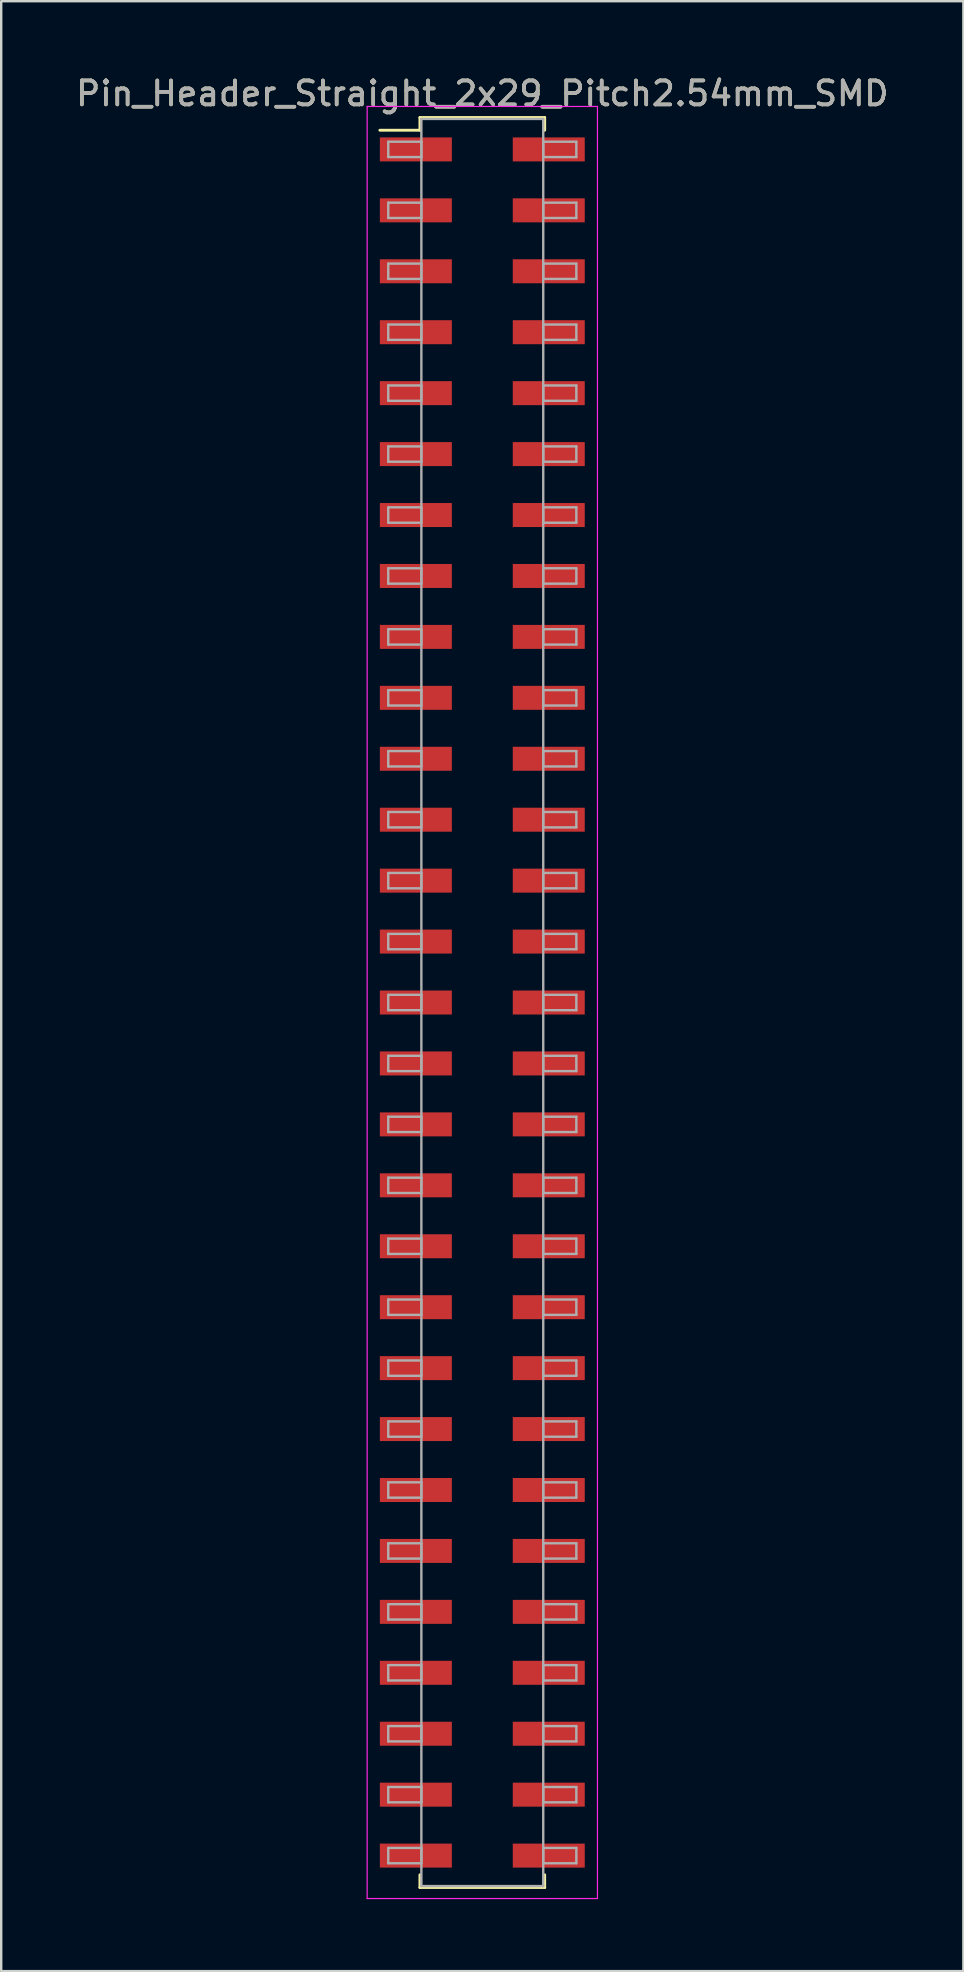
<source format=kicad_pcb>
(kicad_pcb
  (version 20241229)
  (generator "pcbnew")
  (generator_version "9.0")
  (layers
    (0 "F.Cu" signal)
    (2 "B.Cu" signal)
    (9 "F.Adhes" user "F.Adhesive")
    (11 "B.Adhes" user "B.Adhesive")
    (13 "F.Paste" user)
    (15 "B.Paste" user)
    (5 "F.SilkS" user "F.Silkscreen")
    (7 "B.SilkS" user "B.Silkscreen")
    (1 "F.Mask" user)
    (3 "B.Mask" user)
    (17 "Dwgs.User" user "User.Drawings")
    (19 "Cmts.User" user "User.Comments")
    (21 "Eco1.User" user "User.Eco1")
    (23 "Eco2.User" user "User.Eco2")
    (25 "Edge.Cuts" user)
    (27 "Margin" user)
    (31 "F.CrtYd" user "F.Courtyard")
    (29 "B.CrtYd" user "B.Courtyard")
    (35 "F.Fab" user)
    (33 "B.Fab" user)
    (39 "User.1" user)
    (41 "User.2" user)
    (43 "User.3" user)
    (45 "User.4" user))
  (footprint "Pin_Header_Straight_2x29_Pitch2.54mm_SMD"
    (layer "F.Cu")
    (at 17.054 38.738)
    (property "Reference" "Pin_Header_Straight_2x29_Pitch2.54mm_SMD" (at 0 -37.89 0) (layer "F.SilkS") (effects (font (size 1 1) (thickness 0.15))))
    (attr smd)
    (fp_line (start -4.27 -36.36) (end -2.6 -36.36) (stroke (width 0.12) (type solid)) (layer "F.SilkS"))
    (fp_line (start -2.6 -36.89) (end 2.6 -36.89) (stroke (width 0.12) (type solid)) (layer "F.SilkS"))
    (fp_line (start -2.6 -36.36) (end -2.6 -36.89) (stroke (width 0.12) (type solid)) (layer "F.SilkS"))
    (fp_line (start -2.6 36.36) (end -2.6 36.89) (stroke (width 0.12) (type solid)) (layer "F.SilkS"))
    (fp_line (start -2.6 36.89) (end 2.6 36.89) (stroke (width 0.12) (type solid)) (layer "F.SilkS"))
    (fp_line (start 2.6 -36.89) (end 2.6 -36.36) (stroke (width 0.12) (type solid)) (layer "F.SilkS"))
    (fp_line (start 2.6 36.89) (end 2.6 36.36) (stroke (width 0.12) (type solid)) (layer "F.SilkS"))
    (fp_line (start -4.8 -37.35) (end -4.8 37.35) (stroke (width 0.05) (type solid)) (layer "F.CrtYd"))
    (fp_line (start -4.8 37.35) (end 4.8 37.35) (stroke (width 0.05) (type solid)) (layer "F.CrtYd"))
    (fp_line (start 4.8 -37.35) (end -4.8 -37.35) (stroke (width 0.05) (type solid)) (layer "F.CrtYd"))
    (fp_line (start 4.8 37.35) (end 4.8 -37.35) (stroke (width 0.05) (type solid)) (layer "F.CrtYd"))
    (fp_line (start -3.92 -35.88) (end -2.54 -35.88) (stroke (width 0.1) (type solid)) (layer "F.Fab"))
    (fp_line (start -3.92 -35.24) (end -3.92 -35.88) (stroke (width 0.1) (type solid)) (layer "F.Fab"))
    (fp_line (start -3.92 -33.34) (end -2.54 -33.34) (stroke (width 0.1) (type solid)) (layer "F.Fab"))
    (fp_line (start -3.92 -32.7) (end -3.92 -33.34) (stroke (width 0.1) (type solid)) (layer "F.Fab"))
    (fp_line (start -3.92 -30.8) (end -2.54 -30.8) (stroke (width 0.1) (type solid)) (layer "F.Fab"))
    (fp_line (start -3.92 -30.16) (end -3.92 -30.8) (stroke (width 0.1) (type solid)) (layer "F.Fab"))
    (fp_line (start -3.92 -28.26) (end -2.54 -28.26) (stroke (width 0.1) (type solid)) (layer "F.Fab"))
    (fp_line (start -3.92 -27.62) (end -3.92 -28.26) (stroke (width 0.1) (type solid)) (layer "F.Fab"))
    (fp_line (start -3.92 -25.72) (end -2.54 -25.72) (stroke (width 0.1) (type solid)) (layer "F.Fab"))
    (fp_line (start -3.92 -25.08) (end -3.92 -25.72) (stroke (width 0.1) (type solid)) (layer "F.Fab"))
    (fp_line (start -3.92 -23.18) (end -2.54 -23.18) (stroke (width 0.1) (type solid)) (layer "F.Fab"))
    (fp_line (start -3.92 -22.54) (end -3.92 -23.18) (stroke (width 0.1) (type solid)) (layer "F.Fab"))
    (fp_line (start -3.92 -20.64) (end -2.54 -20.64) (stroke (width 0.1) (type solid)) (layer "F.Fab"))
    (fp_line (start -3.92 -20) (end -3.92 -20.64) (stroke (width 0.1) (type solid)) (layer "F.Fab"))
    (fp_line (start -3.92 -18.1) (end -2.54 -18.1) (stroke (width 0.1) (type solid)) (layer "F.Fab"))
    (fp_line (start -3.92 -17.46) (end -3.92 -18.1) (stroke (width 0.1) (type solid)) (layer "F.Fab"))
    (fp_line (start -3.92 -15.56) (end -2.54 -15.56) (stroke (width 0.1) (type solid)) (layer "F.Fab"))
    (fp_line (start -3.92 -14.92) (end -3.92 -15.56) (stroke (width 0.1) (type solid)) (layer "F.Fab"))
    (fp_line (start -3.92 -13.02) (end -2.54 -13.02) (stroke (width 0.1) (type solid)) (layer "F.Fab"))
    (fp_line (start -3.92 -12.38) (end -3.92 -13.02) (stroke (width 0.1) (type solid)) (layer "F.Fab"))
    (fp_line (start -3.92 -10.48) (end -2.54 -10.48) (stroke (width 0.1) (type solid)) (layer "F.Fab"))
    (fp_line (start -3.92 -9.84) (end -3.92 -10.48) (stroke (width 0.1) (type solid)) (layer "F.Fab"))
    (fp_line (start -3.92 -7.94) (end -2.54 -7.94) (stroke (width 0.1) (type solid)) (layer "F.Fab"))
    (fp_line (start -3.92 -7.3) (end -3.92 -7.94) (stroke (width 0.1) (type solid)) (layer "F.Fab"))
    (fp_line (start -3.92 -5.4) (end -2.54 -5.4) (stroke (width 0.1) (type solid)) (layer "F.Fab"))
    (fp_line (start -3.92 -4.76) (end -3.92 -5.4) (stroke (width 0.1) (type solid)) (layer "F.Fab"))
    (fp_line (start -3.92 -2.86) (end -2.54 -2.86) (stroke (width 0.1) (type solid)) (layer "F.Fab"))
    (fp_line (start -3.92 -2.22) (end -3.92 -2.86) (stroke (width 0.1) (type solid)) (layer "F.Fab"))
    (fp_line (start -3.92 -0.32) (end -2.54 -0.32) (stroke (width 0.1) (type solid)) (layer "F.Fab"))
    (fp_line (start -3.92 0.32) (end -3.92 -0.32) (stroke (width 0.1) (type solid)) (layer "F.Fab"))
    (fp_line (start -3.92 2.22) (end -2.54 2.22) (stroke (width 0.1) (type solid)) (layer "F.Fab"))
    (fp_line (start -3.92 2.86) (end -3.92 2.22) (stroke (width 0.1) (type solid)) (layer "F.Fab"))
    (fp_line (start -3.92 4.76) (end -2.54 4.76) (stroke (width 0.1) (type solid)) (layer "F.Fab"))
    (fp_line (start -3.92 5.4) (end -3.92 4.76) (stroke (width 0.1) (type solid)) (layer "F.Fab"))
    (fp_line (start -3.92 7.3) (end -2.54 7.3) (stroke (width 0.1) (type solid)) (layer "F.Fab"))
    (fp_line (start -3.92 7.94) (end -3.92 7.3) (stroke (width 0.1) (type solid)) (layer "F.Fab"))
    (fp_line (start -3.92 9.84) (end -2.54 9.84) (stroke (width 0.1) (type solid)) (layer "F.Fab"))
    (fp_line (start -3.92 10.48) (end -3.92 9.84) (stroke (width 0.1) (type solid)) (layer "F.Fab"))
    (fp_line (start -3.92 12.38) (end -2.54 12.38) (stroke (width 0.1) (type solid)) (layer "F.Fab"))
    (fp_line (start -3.92 13.02) (end -3.92 12.38) (stroke (width 0.1) (type solid)) (layer "F.Fab"))
    (fp_line (start -3.92 14.92) (end -2.54 14.92) (stroke (width 0.1) (type solid)) (layer "F.Fab"))
    (fp_line (start -3.92 15.56) (end -3.92 14.92) (stroke (width 0.1) (type solid)) (layer "F.Fab"))
    (fp_line (start -3.92 17.46) (end -2.54 17.46) (stroke (width 0.1) (type solid)) (layer "F.Fab"))
    (fp_line (start -3.92 18.1) (end -3.92 17.46) (stroke (width 0.1) (type solid)) (layer "F.Fab"))
    (fp_line (start -3.92 20) (end -2.54 20) (stroke (width 0.1) (type solid)) (layer "F.Fab"))
    (fp_line (start -3.92 20.64) (end -3.92 20) (stroke (width 0.1) (type solid)) (layer "F.Fab"))
    (fp_line (start -3.92 22.54) (end -2.54 22.54) (stroke (width 0.1) (type solid)) (layer "F.Fab"))
    (fp_line (start -3.92 23.18) (end -3.92 22.54) (stroke (width 0.1) (type solid)) (layer "F.Fab"))
    (fp_line (start -3.92 25.08) (end -2.54 25.08) (stroke (width 0.1) (type solid)) (layer "F.Fab"))
    (fp_line (start -3.92 25.72) (end -3.92 25.08) (stroke (width 0.1) (type solid)) (layer "F.Fab"))
    (fp_line (start -3.92 27.62) (end -2.54 27.62) (stroke (width 0.1) (type solid)) (layer "F.Fab"))
    (fp_line (start -3.92 28.26) (end -3.92 27.62) (stroke (width 0.1) (type solid)) (layer "F.Fab"))
    (fp_line (start -3.92 30.16) (end -2.54 30.16) (stroke (width 0.1) (type solid)) (layer "F.Fab"))
    (fp_line (start -3.92 30.8) (end -3.92 30.16) (stroke (width 0.1) (type solid)) (layer "F.Fab"))
    (fp_line (start -3.92 32.7) (end -2.54 32.7) (stroke (width 0.1) (type solid)) (layer "F.Fab"))
    (fp_line (start -3.92 33.34) (end -3.92 32.7) (stroke (width 0.1) (type solid)) (layer "F.Fab"))
    (fp_line (start -3.92 35.24) (end -2.54 35.24) (stroke (width 0.1) (type solid)) (layer "F.Fab"))
    (fp_line (start -3.92 35.88) (end -3.92 35.24) (stroke (width 0.1) (type solid)) (layer "F.Fab"))
    (fp_line (start -2.54 -36.83) (end -2.54 36.83) (stroke (width 0.1) (type solid)) (layer "F.Fab"))
    (fp_line (start -2.54 -35.88) (end -2.54 -35.24) (stroke (width 0.1) (type solid)) (layer "F.Fab"))
    (fp_line (start -2.54 -35.24) (end -3.92 -35.24) (stroke (width 0.1) (type solid)) (layer "F.Fab"))
    (fp_line (start -2.54 -33.34) (end -2.54 -32.7) (stroke (width 0.1) (type solid)) (layer "F.Fab"))
    (fp_line (start -2.54 -32.7) (end -3.92 -32.7) (stroke (width 0.1) (type solid)) (layer "F.Fab"))
    (fp_line (start -2.54 -30.8) (end -2.54 -30.16) (stroke (width 0.1) (type solid)) (layer "F.Fab"))
    (fp_line (start -2.54 -30.16) (end -3.92 -30.16) (stroke (width 0.1) (type solid)) (layer "F.Fab"))
    (fp_line (start -2.54 -28.26) (end -2.54 -27.62) (stroke (width 0.1) (type solid)) (layer "F.Fab"))
    (fp_line (start -2.54 -27.62) (end -3.92 -27.62) (stroke (width 0.1) (type solid)) (layer "F.Fab"))
    (fp_line (start -2.54 -25.72) (end -2.54 -25.08) (stroke (width 0.1) (type solid)) (layer "F.Fab"))
    (fp_line (start -2.54 -25.08) (end -3.92 -25.08) (stroke (width 0.1) (type solid)) (layer "F.Fab"))
    (fp_line (start -2.54 -23.18) (end -2.54 -22.54) (stroke (width 0.1) (type solid)) (layer "F.Fab"))
    (fp_line (start -2.54 -22.54) (end -3.92 -22.54) (stroke (width 0.1) (type solid)) (layer "F.Fab"))
    (fp_line (start -2.54 -20.64) (end -2.54 -20) (stroke (width 0.1) (type solid)) (layer "F.Fab"))
    (fp_line (start -2.54 -20) (end -3.92 -20) (stroke (width 0.1) (type solid)) (layer "F.Fab"))
    (fp_line (start -2.54 -18.1) (end -2.54 -17.46) (stroke (width 0.1) (type solid)) (layer "F.Fab"))
    (fp_line (start -2.54 -17.46) (end -3.92 -17.46) (stroke (width 0.1) (type solid)) (layer "F.Fab"))
    (fp_line (start -2.54 -15.56) (end -2.54 -14.92) (stroke (width 0.1) (type solid)) (layer "F.Fab"))
    (fp_line (start -2.54 -14.92) (end -3.92 -14.92) (stroke (width 0.1) (type solid)) (layer "F.Fab"))
    (fp_line (start -2.54 -13.02) (end -2.54 -12.38) (stroke (width 0.1) (type solid)) (layer "F.Fab"))
    (fp_line (start -2.54 -12.38) (end -3.92 -12.38) (stroke (width 0.1) (type solid)) (layer "F.Fab"))
    (fp_line (start -2.54 -10.48) (end -2.54 -9.84) (stroke (width 0.1) (type solid)) (layer "F.Fab"))
    (fp_line (start -2.54 -9.84) (end -3.92 -9.84) (stroke (width 0.1) (type solid)) (layer "F.Fab"))
    (fp_line (start -2.54 -7.94) (end -2.54 -7.3) (stroke (width 0.1) (type solid)) (layer "F.Fab"))
    (fp_line (start -2.54 -7.3) (end -3.92 -7.3) (stroke (width 0.1) (type solid)) (layer "F.Fab"))
    (fp_line (start -2.54 -5.4) (end -2.54 -4.76) (stroke (width 0.1) (type solid)) (layer "F.Fab"))
    (fp_line (start -2.54 -4.76) (end -3.92 -4.76) (stroke (width 0.1) (type solid)) (layer "F.Fab"))
    (fp_line (start -2.54 -2.86) (end -2.54 -2.22) (stroke (width 0.1) (type solid)) (layer "F.Fab"))
    (fp_line (start -2.54 -2.22) (end -3.92 -2.22) (stroke (width 0.1) (type solid)) (layer "F.Fab"))
    (fp_line (start -2.54 -0.32) (end -2.54 0.32) (stroke (width 0.1) (type solid)) (layer "F.Fab"))
    (fp_line (start -2.54 0.32) (end -3.92 0.32) (stroke (width 0.1) (type solid)) (layer "F.Fab"))
    (fp_line (start -2.54 2.22) (end -2.54 2.86) (stroke (width 0.1) (type solid)) (layer "F.Fab"))
    (fp_line (start -2.54 2.86) (end -3.92 2.86) (stroke (width 0.1) (type solid)) (layer "F.Fab"))
    (fp_line (start -2.54 4.76) (end -2.54 5.4) (stroke (width 0.1) (type solid)) (layer "F.Fab"))
    (fp_line (start -2.54 5.4) (end -3.92 5.4) (stroke (width 0.1) (type solid)) (layer "F.Fab"))
    (fp_line (start -2.54 7.3) (end -2.54 7.94) (stroke (width 0.1) (type solid)) (layer "F.Fab"))
    (fp_line (start -2.54 7.94) (end -3.92 7.94) (stroke (width 0.1) (type solid)) (layer "F.Fab"))
    (fp_line (start -2.54 9.84) (end -2.54 10.48) (stroke (width 0.1) (type solid)) (layer "F.Fab"))
    (fp_line (start -2.54 10.48) (end -3.92 10.48) (stroke (width 0.1) (type solid)) (layer "F.Fab"))
    (fp_line (start -2.54 12.38) (end -2.54 13.02) (stroke (width 0.1) (type solid)) (layer "F.Fab"))
    (fp_line (start -2.54 13.02) (end -3.92 13.02) (stroke (width 0.1) (type solid)) (layer "F.Fab"))
    (fp_line (start -2.54 14.92) (end -2.54 15.56) (stroke (width 0.1) (type solid)) (layer "F.Fab"))
    (fp_line (start -2.54 15.56) (end -3.92 15.56) (stroke (width 0.1) (type solid)) (layer "F.Fab"))
    (fp_line (start -2.54 17.46) (end -2.54 18.1) (stroke (width 0.1) (type solid)) (layer "F.Fab"))
    (fp_line (start -2.54 18.1) (end -3.92 18.1) (stroke (width 0.1) (type solid)) (layer "F.Fab"))
    (fp_line (start -2.54 20) (end -2.54 20.64) (stroke (width 0.1) (type solid)) (layer "F.Fab"))
    (fp_line (start -2.54 20.64) (end -3.92 20.64) (stroke (width 0.1) (type solid)) (layer "F.Fab"))
    (fp_line (start -2.54 22.54) (end -2.54 23.18) (stroke (width 0.1) (type solid)) (layer "F.Fab"))
    (fp_line (start -2.54 23.18) (end -3.92 23.18) (stroke (width 0.1) (type solid)) (layer "F.Fab"))
    (fp_line (start -2.54 25.08) (end -2.54 25.72) (stroke (width 0.1) (type solid)) (layer "F.Fab"))
    (fp_line (start -2.54 25.72) (end -3.92 25.72) (stroke (width 0.1) (type solid)) (layer "F.Fab"))
    (fp_line (start -2.54 27.62) (end -2.54 28.26) (stroke (width 0.1) (type solid)) (layer "F.Fab"))
    (fp_line (start -2.54 28.26) (end -3.92 28.26) (stroke (width 0.1) (type solid)) (layer "F.Fab"))
    (fp_line (start -2.54 30.16) (end -2.54 30.8) (stroke (width 0.1) (type solid)) (layer "F.Fab"))
    (fp_line (start -2.54 30.8) (end -3.92 30.8) (stroke (width 0.1) (type solid)) (layer "F.Fab"))
    (fp_line (start -2.54 32.7) (end -2.54 33.34) (stroke (width 0.1) (type solid)) (layer "F.Fab"))
    (fp_line (start -2.54 33.34) (end -3.92 33.34) (stroke (width 0.1) (type solid)) (layer "F.Fab"))
    (fp_line (start -2.54 35.24) (end -2.54 35.88) (stroke (width 0.1) (type solid)) (layer "F.Fab"))
    (fp_line (start -2.54 35.88) (end -3.92 35.88) (stroke (width 0.1) (type solid)) (layer "F.Fab"))
    (fp_line (start -2.54 36.83) (end 2.54 36.83) (stroke (width 0.1) (type solid)) (layer "F.Fab"))
    (fp_line (start 2.54 -36.83) (end -2.54 -36.83) (stroke (width 0.1) (type solid)) (layer "F.Fab"))
    (fp_line (start 2.54 -35.88) (end 2.54 -35.24) (stroke (width 0.1) (type solid)) (layer "F.Fab"))
    (fp_line (start 2.54 -35.24) (end 3.92 -35.24) (stroke (width 0.1) (type solid)) (layer "F.Fab"))
    (fp_line (start 2.54 -33.34) (end 2.54 -32.7) (stroke (width 0.1) (type solid)) (layer "F.Fab"))
    (fp_line (start 2.54 -32.7) (end 3.92 -32.7) (stroke (width 0.1) (type solid)) (layer "F.Fab"))
    (fp_line (start 2.54 -30.8) (end 2.54 -30.16) (stroke (width 0.1) (type solid)) (layer "F.Fab"))
    (fp_line (start 2.54 -30.16) (end 3.92 -30.16) (stroke (width 0.1) (type solid)) (layer "F.Fab"))
    (fp_line (start 2.54 -28.26) (end 2.54 -27.62) (stroke (width 0.1) (type solid)) (layer "F.Fab"))
    (fp_line (start 2.54 -27.62) (end 3.92 -27.62) (stroke (width 0.1) (type solid)) (layer "F.Fab"))
    (fp_line (start 2.54 -25.72) (end 2.54 -25.08) (stroke (width 0.1) (type solid)) (layer "F.Fab"))
    (fp_line (start 2.54 -25.08) (end 3.92 -25.08) (stroke (width 0.1) (type solid)) (layer "F.Fab"))
    (fp_line (start 2.54 -23.18) (end 2.54 -22.54) (stroke (width 0.1) (type solid)) (layer "F.Fab"))
    (fp_line (start 2.54 -22.54) (end 3.92 -22.54) (stroke (width 0.1) (type solid)) (layer "F.Fab"))
    (fp_line (start 2.54 -20.64) (end 2.54 -20) (stroke (width 0.1) (type solid)) (layer "F.Fab"))
    (fp_line (start 2.54 -20) (end 3.92 -20) (stroke (width 0.1) (type solid)) (layer "F.Fab"))
    (fp_line (start 2.54 -18.1) (end 2.54 -17.46) (stroke (width 0.1) (type solid)) (layer "F.Fab"))
    (fp_line (start 2.54 -17.46) (end 3.92 -17.46) (stroke (width 0.1) (type solid)) (layer "F.Fab"))
    (fp_line (start 2.54 -15.56) (end 2.54 -14.92) (stroke (width 0.1) (type solid)) (layer "F.Fab"))
    (fp_line (start 2.54 -14.92) (end 3.92 -14.92) (stroke (width 0.1) (type solid)) (layer "F.Fab"))
    (fp_line (start 2.54 -13.02) (end 2.54 -12.38) (stroke (width 0.1) (type solid)) (layer "F.Fab"))
    (fp_line (start 2.54 -12.38) (end 3.92 -12.38) (stroke (width 0.1) (type solid)) (layer "F.Fab"))
    (fp_line (start 2.54 -10.48) (end 2.54 -9.84) (stroke (width 0.1) (type solid)) (layer "F.Fab"))
    (fp_line (start 2.54 -9.84) (end 3.92 -9.84) (stroke (width 0.1) (type solid)) (layer "F.Fab"))
    (fp_line (start 2.54 -7.94) (end 2.54 -7.3) (stroke (width 0.1) (type solid)) (layer "F.Fab"))
    (fp_line (start 2.54 -7.3) (end 3.92 -7.3) (stroke (width 0.1) (type solid)) (layer "F.Fab"))
    (fp_line (start 2.54 -5.4) (end 2.54 -4.76) (stroke (width 0.1) (type solid)) (layer "F.Fab"))
    (fp_line (start 2.54 -4.76) (end 3.92 -4.76) (stroke (width 0.1) (type solid)) (layer "F.Fab"))
    (fp_line (start 2.54 -2.86) (end 2.54 -2.22) (stroke (width 0.1) (type solid)) (layer "F.Fab"))
    (fp_line (start 2.54 -2.22) (end 3.92 -2.22) (stroke (width 0.1) (type solid)) (layer "F.Fab"))
    (fp_line (start 2.54 -0.32) (end 2.54 0.32) (stroke (width 0.1) (type solid)) (layer "F.Fab"))
    (fp_line (start 2.54 0.32) (end 3.92 0.32) (stroke (width 0.1) (type solid)) (layer "F.Fab"))
    (fp_line (start 2.54 2.22) (end 2.54 2.86) (stroke (width 0.1) (type solid)) (layer "F.Fab"))
    (fp_line (start 2.54 2.86) (end 3.92 2.86) (stroke (width 0.1) (type solid)) (layer "F.Fab"))
    (fp_line (start 2.54 4.76) (end 2.54 5.4) (stroke (width 0.1) (type solid)) (layer "F.Fab"))
    (fp_line (start 2.54 5.4) (end 3.92 5.4) (stroke (width 0.1) (type solid)) (layer "F.Fab"))
    (fp_line (start 2.54 7.3) (end 2.54 7.94) (stroke (width 0.1) (type solid)) (layer "F.Fab"))
    (fp_line (start 2.54 7.94) (end 3.92 7.94) (stroke (width 0.1) (type solid)) (layer "F.Fab"))
    (fp_line (start 2.54 9.84) (end 2.54 10.48) (stroke (width 0.1) (type solid)) (layer "F.Fab"))
    (fp_line (start 2.54 10.48) (end 3.92 10.48) (stroke (width 0.1) (type solid)) (layer "F.Fab"))
    (fp_line (start 2.54 12.38) (end 2.54 13.02) (stroke (width 0.1) (type solid)) (layer "F.Fab"))
    (fp_line (start 2.54 13.02) (end 3.92 13.02) (stroke (width 0.1) (type solid)) (layer "F.Fab"))
    (fp_line (start 2.54 14.92) (end 2.54 15.56) (stroke (width 0.1) (type solid)) (layer "F.Fab"))
    (fp_line (start 2.54 15.56) (end 3.92 15.56) (stroke (width 0.1) (type solid)) (layer "F.Fab"))
    (fp_line (start 2.54 17.46) (end 2.54 18.1) (stroke (width 0.1) (type solid)) (layer "F.Fab"))
    (fp_line (start 2.54 18.1) (end 3.92 18.1) (stroke (width 0.1) (type solid)) (layer "F.Fab"))
    (fp_line (start 2.54 20) (end 2.54 20.64) (stroke (width 0.1) (type solid)) (layer "F.Fab"))
    (fp_line (start 2.54 20.64) (end 3.92 20.64) (stroke (width 0.1) (type solid)) (layer "F.Fab"))
    (fp_line (start 2.54 22.54) (end 2.54 23.18) (stroke (width 0.1) (type solid)) (layer "F.Fab"))
    (fp_line (start 2.54 23.18) (end 3.92 23.18) (stroke (width 0.1) (type solid)) (layer "F.Fab"))
    (fp_line (start 2.54 25.08) (end 2.54 25.72) (stroke (width 0.1) (type solid)) (layer "F.Fab"))
    (fp_line (start 2.54 25.72) (end 3.92 25.72) (stroke (width 0.1) (type solid)) (layer "F.Fab"))
    (fp_line (start 2.54 27.62) (end 2.54 28.26) (stroke (width 0.1) (type solid)) (layer "F.Fab"))
    (fp_line (start 2.54 28.26) (end 3.92 28.26) (stroke (width 0.1) (type solid)) (layer "F.Fab"))
    (fp_line (start 2.54 30.16) (end 2.54 30.8) (stroke (width 0.1) (type solid)) (layer "F.Fab"))
    (fp_line (start 2.54 30.8) (end 3.92 30.8) (stroke (width 0.1) (type solid)) (layer "F.Fab"))
    (fp_line (start 2.54 32.7) (end 2.54 33.34) (stroke (width 0.1) (type solid)) (layer "F.Fab"))
    (fp_line (start 2.54 33.34) (end 3.92 33.34) (stroke (width 0.1) (type solid)) (layer "F.Fab"))
    (fp_line (start 2.54 35.24) (end 2.54 35.88) (stroke (width 0.1) (type solid)) (layer "F.Fab"))
    (fp_line (start 2.54 35.88) (end 3.92 35.88) (stroke (width 0.1) (type solid)) (layer "F.Fab"))
    (fp_line (start 2.54 36.83) (end 2.54 -36.83) (stroke (width 0.1) (type solid)) (layer "F.Fab"))
    (fp_line (start 3.92 -35.88) (end 2.54 -35.88) (stroke (width 0.1) (type solid)) (layer "F.Fab"))
    (fp_line (start 3.92 -35.24) (end 3.92 -35.88) (stroke (width 0.1) (type solid)) (layer "F.Fab"))
    (fp_line (start 3.92 -33.34) (end 2.54 -33.34) (stroke (width 0.1) (type solid)) (layer "F.Fab"))
    (fp_line (start 3.92 -32.7) (end 3.92 -33.34) (stroke (width 0.1) (type solid)) (layer "F.Fab"))
    (fp_line (start 3.92 -30.8) (end 2.54 -30.8) (stroke (width 0.1) (type solid)) (layer "F.Fab"))
    (fp_line (start 3.92 -30.16) (end 3.92 -30.8) (stroke (width 0.1) (type solid)) (layer "F.Fab"))
    (fp_line (start 3.92 -28.26) (end 2.54 -28.26) (stroke (width 0.1) (type solid)) (layer "F.Fab"))
    (fp_line (start 3.92 -27.62) (end 3.92 -28.26) (stroke (width 0.1) (type solid)) (layer "F.Fab"))
    (fp_line (start 3.92 -25.72) (end 2.54 -25.72) (stroke (width 0.1) (type solid)) (layer "F.Fab"))
    (fp_line (start 3.92 -25.08) (end 3.92 -25.72) (stroke (width 0.1) (type solid)) (layer "F.Fab"))
    (fp_line (start 3.92 -23.18) (end 2.54 -23.18) (stroke (width 0.1) (type solid)) (layer "F.Fab"))
    (fp_line (start 3.92 -22.54) (end 3.92 -23.18) (stroke (width 0.1) (type solid)) (layer "F.Fab"))
    (fp_line (start 3.92 -20.64) (end 2.54 -20.64) (stroke (width 0.1) (type solid)) (layer "F.Fab"))
    (fp_line (start 3.92 -20) (end 3.92 -20.64) (stroke (width 0.1) (type solid)) (layer "F.Fab"))
    (fp_line (start 3.92 -18.1) (end 2.54 -18.1) (stroke (width 0.1) (type solid)) (layer "F.Fab"))
    (fp_line (start 3.92 -17.46) (end 3.92 -18.1) (stroke (width 0.1) (type solid)) (layer "F.Fab"))
    (fp_line (start 3.92 -15.56) (end 2.54 -15.56) (stroke (width 0.1) (type solid)) (layer "F.Fab"))
    (fp_line (start 3.92 -14.92) (end 3.92 -15.56) (stroke (width 0.1) (type solid)) (layer "F.Fab"))
    (fp_line (start 3.92 -13.02) (end 2.54 -13.02) (stroke (width 0.1) (type solid)) (layer "F.Fab"))
    (fp_line (start 3.92 -12.38) (end 3.92 -13.02) (stroke (width 0.1) (type solid)) (layer "F.Fab"))
    (fp_line (start 3.92 -10.48) (end 2.54 -10.48) (stroke (width 0.1) (type solid)) (layer "F.Fab"))
    (fp_line (start 3.92 -9.84) (end 3.92 -10.48) (stroke (width 0.1) (type solid)) (layer "F.Fab"))
    (fp_line (start 3.92 -7.94) (end 2.54 -7.94) (stroke (width 0.1) (type solid)) (layer "F.Fab"))
    (fp_line (start 3.92 -7.3) (end 3.92 -7.94) (stroke (width 0.1) (type solid)) (layer "F.Fab"))
    (fp_line (start 3.92 -5.4) (end 2.54 -5.4) (stroke (width 0.1) (type solid)) (layer "F.Fab"))
    (fp_line (start 3.92 -4.76) (end 3.92 -5.4) (stroke (width 0.1) (type solid)) (layer "F.Fab"))
    (fp_line (start 3.92 -2.86) (end 2.54 -2.86) (stroke (width 0.1) (type solid)) (layer "F.Fab"))
    (fp_line (start 3.92 -2.22) (end 3.92 -2.86) (stroke (width 0.1) (type solid)) (layer "F.Fab"))
    (fp_line (start 3.92 -0.32) (end 2.54 -0.32) (stroke (width 0.1) (type solid)) (layer "F.Fab"))
    (fp_line (start 3.92 0.32) (end 3.92 -0.32) (stroke (width 0.1) (type solid)) (layer "F.Fab"))
    (fp_line (start 3.92 2.22) (end 2.54 2.22) (stroke (width 0.1) (type solid)) (layer "F.Fab"))
    (fp_line (start 3.92 2.86) (end 3.92 2.22) (stroke (width 0.1) (type solid)) (layer "F.Fab"))
    (fp_line (start 3.92 4.76) (end 2.54 4.76) (stroke (width 0.1) (type solid)) (layer "F.Fab"))
    (fp_line (start 3.92 5.4) (end 3.92 4.76) (stroke (width 0.1) (type solid)) (layer "F.Fab"))
    (fp_line (start 3.92 7.3) (end 2.54 7.3) (stroke (width 0.1) (type solid)) (layer "F.Fab"))
    (fp_line (start 3.92 7.94) (end 3.92 7.3) (stroke (width 0.1) (type solid)) (layer "F.Fab"))
    (fp_line (start 3.92 9.84) (end 2.54 9.84) (stroke (width 0.1) (type solid)) (layer "F.Fab"))
    (fp_line (start 3.92 10.48) (end 3.92 9.84) (stroke (width 0.1) (type solid)) (layer "F.Fab"))
    (fp_line (start 3.92 12.38) (end 2.54 12.38) (stroke (width 0.1) (type solid)) (layer "F.Fab"))
    (fp_line (start 3.92 13.02) (end 3.92 12.38) (stroke (width 0.1) (type solid)) (layer "F.Fab"))
    (fp_line (start 3.92 14.92) (end 2.54 14.92) (stroke (width 0.1) (type solid)) (layer "F.Fab"))
    (fp_line (start 3.92 15.56) (end 3.92 14.92) (stroke (width 0.1) (type solid)) (layer "F.Fab"))
    (fp_line (start 3.92 17.46) (end 2.54 17.46) (stroke (width 0.1) (type solid)) (layer "F.Fab"))
    (fp_line (start 3.92 18.1) (end 3.92 17.46) (stroke (width 0.1) (type solid)) (layer "F.Fab"))
    (fp_line (start 3.92 20) (end 2.54 20) (stroke (width 0.1) (type solid)) (layer "F.Fab"))
    (fp_line (start 3.92 20.64) (end 3.92 20) (stroke (width 0.1) (type solid)) (layer "F.Fab"))
    (fp_line (start 3.92 22.54) (end 2.54 22.54) (stroke (width 0.1) (type solid)) (layer "F.Fab"))
    (fp_line (start 3.92 23.18) (end 3.92 22.54) (stroke (width 0.1) (type solid)) (layer "F.Fab"))
    (fp_line (start 3.92 25.08) (end 2.54 25.08) (stroke (width 0.1) (type solid)) (layer "F.Fab"))
    (fp_line (start 3.92 25.72) (end 3.92 25.08) (stroke (width 0.1) (type solid)) (layer "F.Fab"))
    (fp_line (start 3.92 27.62) (end 2.54 27.62) (stroke (width 0.1) (type solid)) (layer "F.Fab"))
    (fp_line (start 3.92 28.26) (end 3.92 27.62) (stroke (width 0.1) (type solid)) (layer "F.Fab"))
    (fp_line (start 3.92 30.16) (end 2.54 30.16) (stroke (width 0.1) (type solid)) (layer "F.Fab"))
    (fp_line (start 3.92 30.8) (end 3.92 30.16) (stroke (width 0.1) (type solid)) (layer "F.Fab"))
    (fp_line (start 3.92 32.7) (end 2.54 32.7) (stroke (width 0.1) (type solid)) (layer "F.Fab"))
    (fp_line (start 3.92 33.34) (end 3.92 32.7) (stroke (width 0.1) (type solid)) (layer "F.Fab"))
    (fp_line (start 3.92 35.24) (end 2.54 35.24) (stroke (width 0.1) (type solid)) (layer "F.Fab"))
    (fp_line (start 3.92 35.88) (end 3.92 35.24) (stroke (width 0.1) (type solid)) (layer "F.Fab"))
    (fp_text user "${REFERENCE}" (at 0 -37.89 0) (layer "F.Fab") (effects (font (size 1 1) (thickness 0.15))))
    (pad "1" smd rect (at -2.77 -35.56) (size 3 1) (layers "F.Cu" "F.Mask" "F.Paste"))
    (pad "2" smd rect (at 2.77 -35.56) (size 3 1) (layers "F.Cu" "F.Mask" "F.Paste"))
    (pad "3" smd rect (at -2.77 -33.02) (size 3 1) (layers "F.Cu" "F.Mask" "F.Paste"))
    (pad "4" smd rect (at 2.77 -33.02) (size 3 1) (layers "F.Cu" "F.Mask" "F.Paste"))
    (pad "5" smd rect (at -2.77 -30.48) (size 3 1) (layers "F.Cu" "F.Mask" "F.Paste"))
    (pad "6" smd rect (at 2.77 -30.48) (size 3 1) (layers "F.Cu" "F.Mask" "F.Paste"))
    (pad "7" smd rect (at -2.77 -27.94) (size 3 1) (layers "F.Cu" "F.Mask" "F.Paste"))
    (pad "8" smd rect (at 2.77 -27.94) (size 3 1) (layers "F.Cu" "F.Mask" "F.Paste"))
    (pad "9" smd rect (at -2.77 -25.4) (size 3 1) (layers "F.Cu" "F.Mask" "F.Paste"))
    (pad "10" smd rect (at 2.77 -25.4) (size 3 1) (layers "F.Cu" "F.Mask" "F.Paste"))
    (pad "11" smd rect (at -2.77 -22.86) (size 3 1) (layers "F.Cu" "F.Mask" "F.Paste"))
    (pad "12" smd rect (at 2.77 -22.86) (size 3 1) (layers "F.Cu" "F.Mask" "F.Paste"))
    (pad "13" smd rect (at -2.77 -20.32) (size 3 1) (layers "F.Cu" "F.Mask" "F.Paste"))
    (pad "14" smd rect (at 2.77 -20.32) (size 3 1) (layers "F.Cu" "F.Mask" "F.Paste"))
    (pad "15" smd rect (at -2.77 -17.78) (size 3 1) (layers "F.Cu" "F.Mask" "F.Paste"))
    (pad "16" smd rect (at 2.77 -17.78) (size 3 1) (layers "F.Cu" "F.Mask" "F.Paste"))
    (pad "17" smd rect (at -2.77 -15.24) (size 3 1) (layers "F.Cu" "F.Mask" "F.Paste"))
    (pad "18" smd rect (at 2.77 -15.24) (size 3 1) (layers "F.Cu" "F.Mask" "F.Paste"))
    (pad "19" smd rect (at -2.77 -12.7) (size 3 1) (layers "F.Cu" "F.Mask" "F.Paste"))
    (pad "20" smd rect (at 2.77 -12.7) (size 3 1) (layers "F.Cu" "F.Mask" "F.Paste"))
    (pad "21" smd rect (at -2.77 -10.16) (size 3 1) (layers "F.Cu" "F.Mask" "F.Paste"))
    (pad "22" smd rect (at 2.77 -10.16) (size 3 1) (layers "F.Cu" "F.Mask" "F.Paste"))
    (pad "23" smd rect (at -2.77 -7.62) (size 3 1) (layers "F.Cu" "F.Mask" "F.Paste"))
    (pad "24" smd rect (at 2.77 -7.62) (size 3 1) (layers "F.Cu" "F.Mask" "F.Paste"))
    (pad "25" smd rect (at -2.77 -5.08) (size 3 1) (layers "F.Cu" "F.Mask" "F.Paste"))
    (pad "26" smd rect (at 2.77 -5.08) (size 3 1) (layers "F.Cu" "F.Mask" "F.Paste"))
    (pad "27" smd rect (at -2.77 -2.54) (size 3 1) (layers "F.Cu" "F.Mask" "F.Paste"))
    (pad "28" smd rect (at 2.77 -2.54) (size 3 1) (layers "F.Cu" "F.Mask" "F.Paste"))
    (pad "29" smd rect (at -2.77 0) (size 3 1) (layers "F.Cu" "F.Mask" "F.Paste"))
    (pad "30" smd rect (at 2.77 0) (size 3 1) (layers "F.Cu" "F.Mask" "F.Paste"))
    (pad "31" smd rect (at -2.77 2.54) (size 3 1) (layers "F.Cu" "F.Mask" "F.Paste"))
    (pad "32" smd rect (at 2.77 2.54) (size 3 1) (layers "F.Cu" "F.Mask" "F.Paste"))
    (pad "33" smd rect (at -2.77 5.08) (size 3 1) (layers "F.Cu" "F.Mask" "F.Paste"))
    (pad "34" smd rect (at 2.77 5.08) (size 3 1) (layers "F.Cu" "F.Mask" "F.Paste"))
    (pad "35" smd rect (at -2.77 7.62) (size 3 1) (layers "F.Cu" "F.Mask" "F.Paste"))
    (pad "36" smd rect (at 2.77 7.62) (size 3 1) (layers "F.Cu" "F.Mask" "F.Paste"))
    (pad "37" smd rect (at -2.77 10.16) (size 3 1) (layers "F.Cu" "F.Mask" "F.Paste"))
    (pad "38" smd rect (at 2.77 10.16) (size 3 1) (layers "F.Cu" "F.Mask" "F.Paste"))
    (pad "39" smd rect (at -2.77 12.7) (size 3 1) (layers "F.Cu" "F.Mask" "F.Paste"))
    (pad "40" smd rect (at 2.77 12.7) (size 3 1) (layers "F.Cu" "F.Mask" "F.Paste"))
    (pad "41" smd rect (at -2.77 15.24) (size 3 1) (layers "F.Cu" "F.Mask" "F.Paste"))
    (pad "42" smd rect (at 2.77 15.24) (size 3 1) (layers "F.Cu" "F.Mask" "F.Paste"))
    (pad "43" smd rect (at -2.77 17.78) (size 3 1) (layers "F.Cu" "F.Mask" "F.Paste"))
    (pad "44" smd rect (at 2.77 17.78) (size 3 1) (layers "F.Cu" "F.Mask" "F.Paste"))
    (pad "45" smd rect (at -2.77 20.32) (size 3 1) (layers "F.Cu" "F.Mask" "F.Paste"))
    (pad "46" smd rect (at 2.77 20.32) (size 3 1) (layers "F.Cu" "F.Mask" "F.Paste"))
    (pad "47" smd rect (at -2.77 22.86) (size 3 1) (layers "F.Cu" "F.Mask" "F.Paste"))
    (pad "48" smd rect (at 2.77 22.86) (size 3 1) (layers "F.Cu" "F.Mask" "F.Paste"))
    (pad "49" smd rect (at -2.77 25.4) (size 3 1) (layers "F.Cu" "F.Mask" "F.Paste"))
    (pad "50" smd rect (at 2.77 25.4) (size 3 1) (layers "F.Cu" "F.Mask" "F.Paste"))
    (pad "51" smd rect (at -2.77 27.94) (size 3 1) (layers "F.Cu" "F.Mask" "F.Paste"))
    (pad "52" smd rect (at 2.77 27.94) (size 3 1) (layers "F.Cu" "F.Mask" "F.Paste"))
    (pad "53" smd rect (at -2.77 30.48) (size 3 1) (layers "F.Cu" "F.Mask" "F.Paste"))
    (pad "54" smd rect (at 2.77 30.48) (size 3 1) (layers "F.Cu" "F.Mask" "F.Paste"))
    (pad "55" smd rect (at -2.77 33.02) (size 3 1) (layers "F.Cu" "F.Mask" "F.Paste"))
    (pad "56" smd rect (at 2.77 33.02) (size 3 1) (layers "F.Cu" "F.Mask" "F.Paste"))
    (pad "57" smd rect (at -2.77 35.56) (size 3 1) (layers "F.Cu" "F.Mask" "F.Paste"))
    (pad "58" smd rect (at 2.77 35.56) (size 3 1) (layers "F.Cu" "F.Mask" "F.Paste")))
  (gr_rect
    (start -3 -3)
    (end 37.107 79.113)
    (stroke (width 0.1) (type default))
    (fill no)
    (layer "Edge.Cuts")))
</source>
